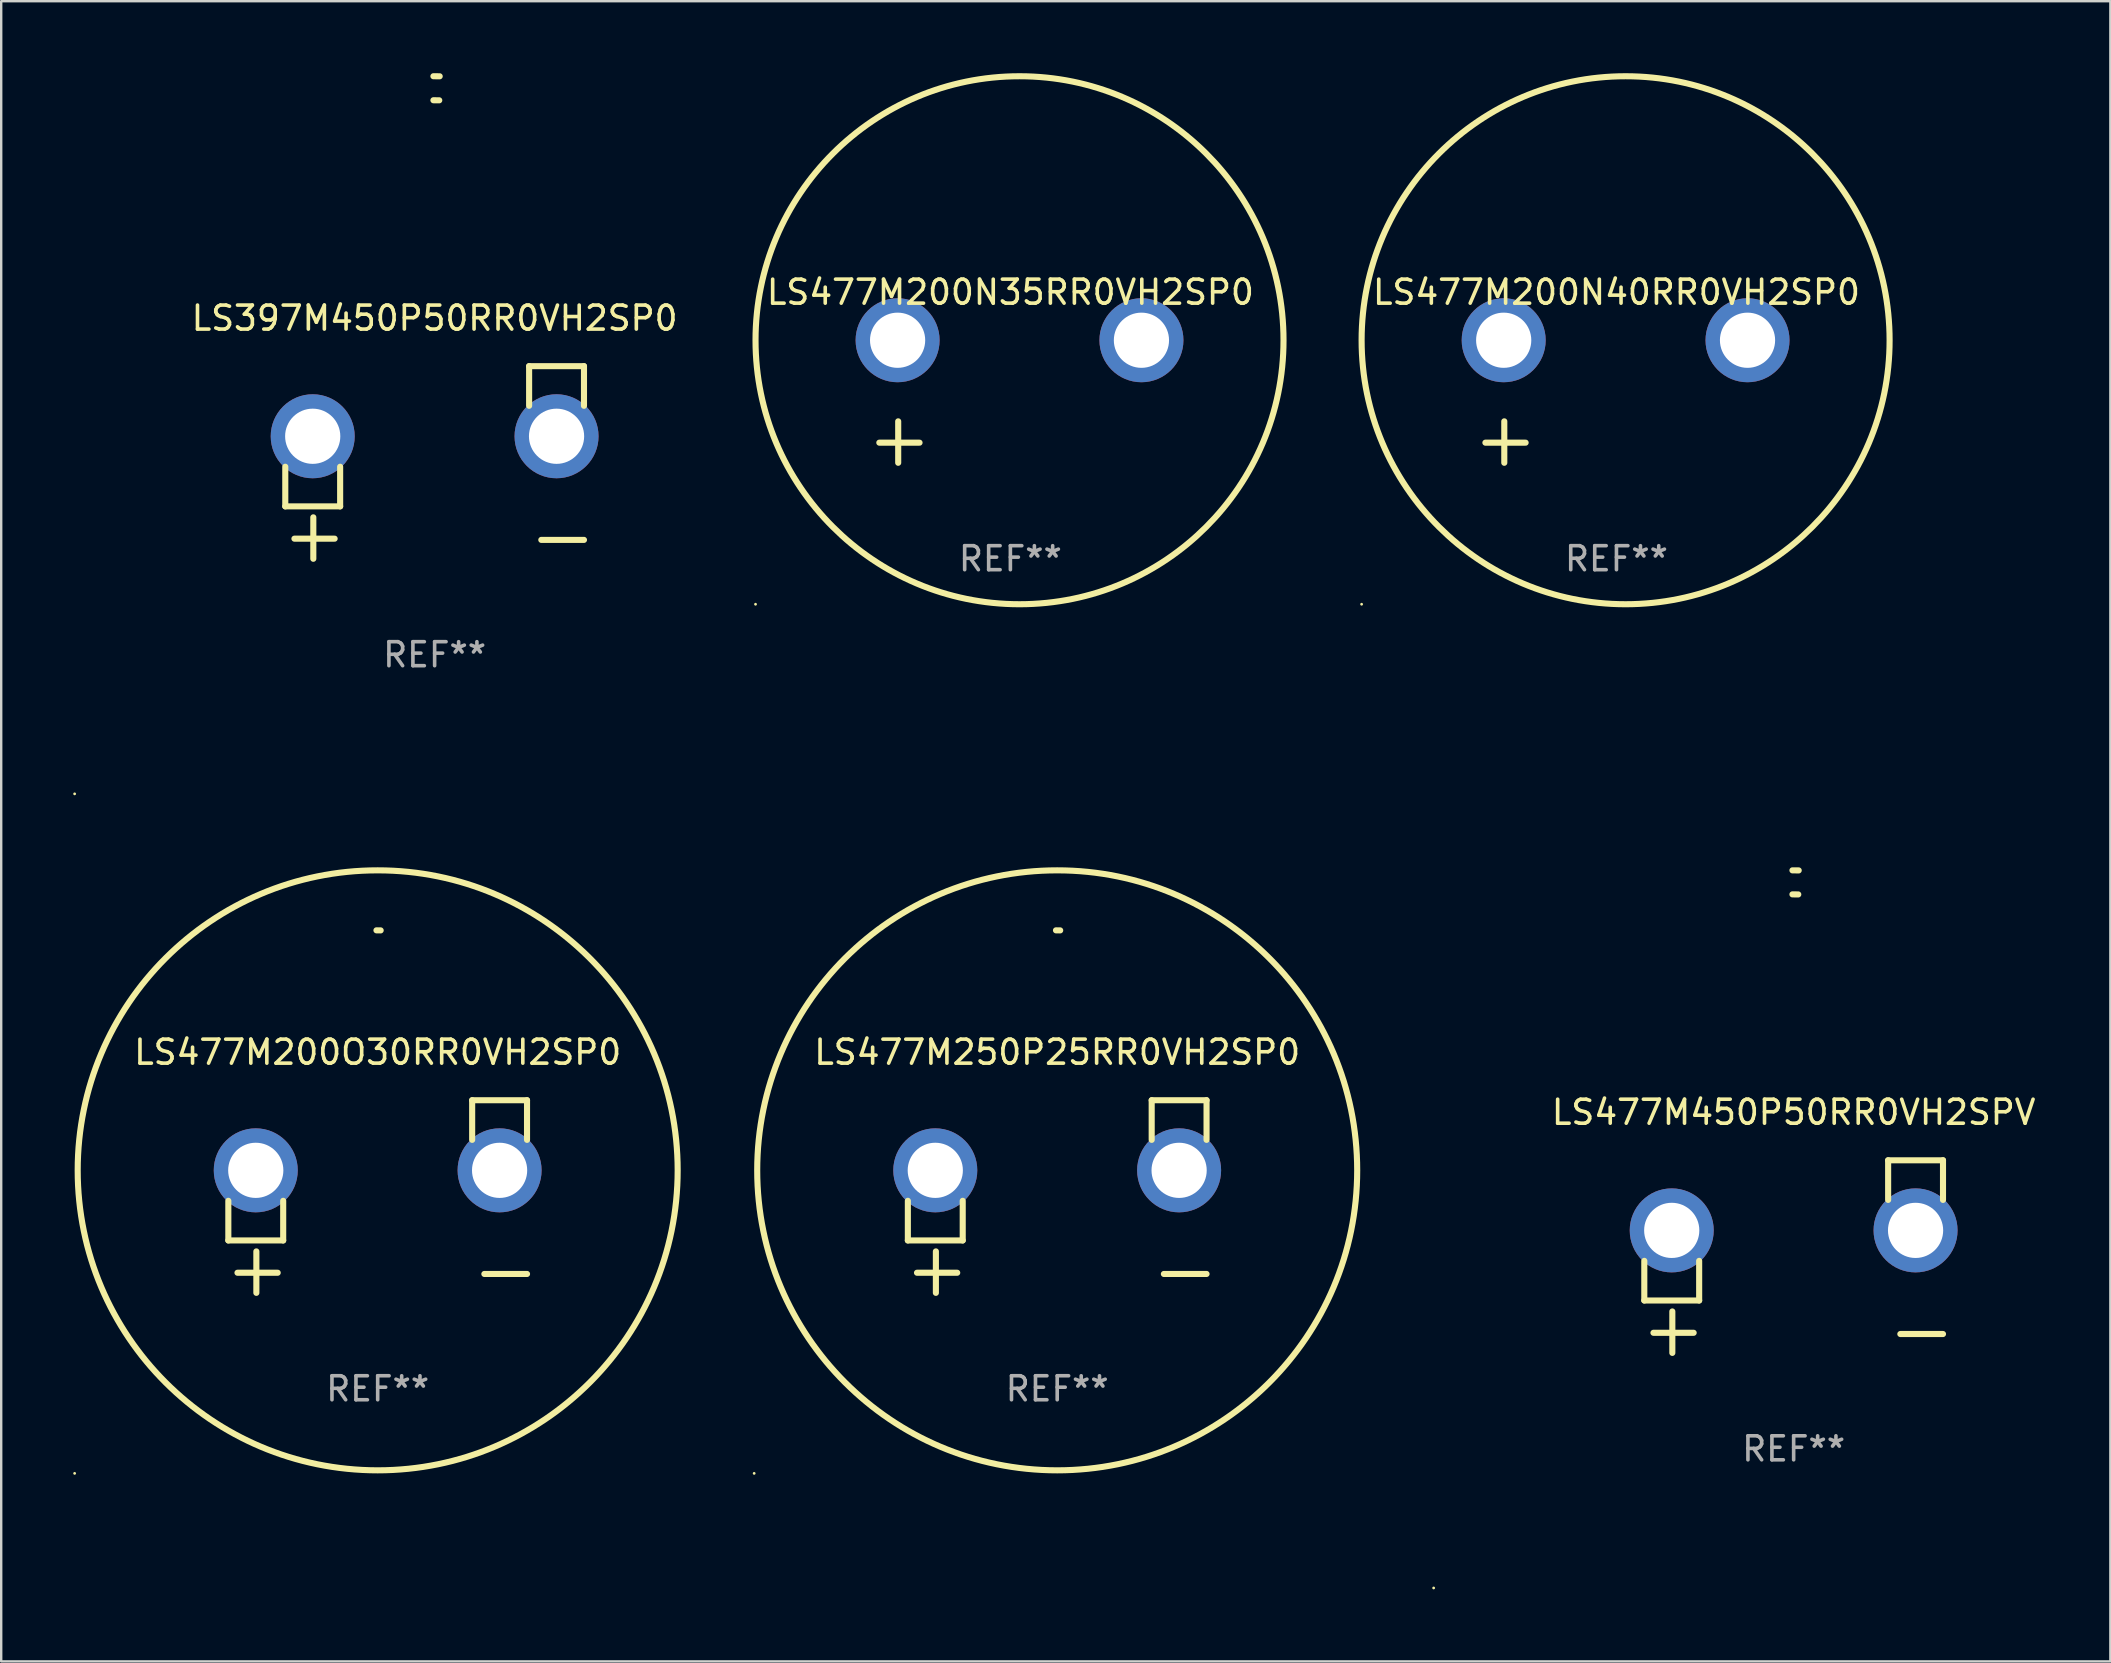
<source format=kicad_pcb>
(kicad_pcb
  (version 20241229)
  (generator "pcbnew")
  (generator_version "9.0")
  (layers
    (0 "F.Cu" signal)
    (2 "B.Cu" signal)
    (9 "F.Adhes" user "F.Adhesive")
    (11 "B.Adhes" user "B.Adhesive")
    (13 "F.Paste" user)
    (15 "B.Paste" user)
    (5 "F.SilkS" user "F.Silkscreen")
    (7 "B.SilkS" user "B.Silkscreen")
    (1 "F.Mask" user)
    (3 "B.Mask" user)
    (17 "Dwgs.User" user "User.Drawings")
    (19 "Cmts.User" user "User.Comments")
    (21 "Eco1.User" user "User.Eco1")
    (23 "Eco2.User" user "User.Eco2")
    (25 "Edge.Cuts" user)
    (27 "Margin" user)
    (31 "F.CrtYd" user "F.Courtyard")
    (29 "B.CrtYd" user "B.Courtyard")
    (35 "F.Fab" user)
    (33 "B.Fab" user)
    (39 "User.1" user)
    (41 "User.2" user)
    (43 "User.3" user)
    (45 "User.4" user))
  (footprint "LS477M200O30RR0VH2SP0"
    (layer "F.Cu")
    (at 12.687 46.807)
    (property "Reference" "LS477M200O30RR0VH2SP0" (at 0 -6.013 0) (layer "F.SilkS") (effects (font (size 1 1) (thickness 0.15))))
    (attr through_hole)
    (fp_line (start -6.223 0.178) (end -6.223 1.829) (stroke (width 0.254) (type solid)) (layer "F.SilkS"))
    (fp_line (start -6.223 1.829) (end -3.937 1.829) (stroke (width 0.254) (type solid)) (layer "F.SilkS"))
    (fp_line (start -5.055 4.013) (end -5.055 2.286) (stroke (width 0.254) (type solid)) (layer "F.SilkS"))
    (fp_line (start -4.166 3.175) (end -5.842 3.175) (stroke (width 0.254) (type solid)) (layer "F.SilkS"))
    (fp_line (start -3.937 1.829) (end -3.937 0.178) (stroke (width 0.254) (type solid)) (layer "F.SilkS"))
    (fp_line (start 3.937 -4.013) (end 3.937 -2.362) (stroke (width 0.254) (type solid)) (layer "F.SilkS"))
    (fp_line (start 6.223 -4.013) (end 3.937 -4.013) (stroke (width 0.254) (type solid)) (layer "F.SilkS"))
    (fp_line (start 6.223 -2.362) (end 6.223 -4.013) (stroke (width 0.254) (type solid)) (layer "F.SilkS"))
    (fp_line (start 6.223 3.226) (end 4.445 3.226) (stroke (width 0.254) (type solid)) (layer "F.SilkS"))
    (fp_arc (start -0.0508 -11.092202) (mid 0.036835 -11.091307) (end 0.12446 -11.089662) (stroke (width 0.254001) (type solid)) (layer "F.SilkS"))
    (fp_circle (center -12.627 11.535) (end -12.597 11.535) (stroke (width 0.06) (type solid)) (fill no) (layer "F.SilkS"))
    (fp_circle (center 0 -1.092) (end 12.5 -1.092) (stroke (width 0.254) (type solid)) (fill no) (layer "F.SilkS"))
    (fp_text user "REF**" (at 0 8.013 0) (layer "F.Fab") (effects (font (size 1 1) (thickness 0.15))))
    (pad "1" thru_hole circle (at -5.08 -1.092) (size 3.5 3.5) (drill 2.3) (layers "*.Cu" "*.Mask"))
    (pad "2" thru_hole circle (at 5.08 -1.092) (size 3.5 3.5) (drill 2.3) (layers "*.Cu" "*.Mask")))
  (footprint "LS477M200N40RR0VH2SP0"
    (layer "F.Cu")
    (at 64.304 13.68)
    (property "Reference" "LS477M200N40RR0VH2SP0" (at 0 -4.553 0) (layer "F.SilkS") (effects (font (size 1 1) (thickness 0.15))))
    (attr through_hole)
    (fp_line (start -4.674 2.553) (end -4.674 0.826) (stroke (width 0.254) (type solid)) (layer "F.SilkS"))
    (fp_line (start -3.785 1.715) (end -5.461 1.715) (stroke (width 0.254) (type solid)) (layer "F.SilkS"))
    (fp_circle (center -10.619 8.447) (end -10.589 8.447) (stroke (width 0.06) (type solid)) (fill no) (layer "F.SilkS"))
    (fp_circle (center 0.381 -2.553) (end 11.381 -2.553) (stroke (width 0.254) (type solid)) (fill no) (layer "F.SilkS"))
    (fp_text user "REF**" (at 0 6.553 0) (layer "F.Fab") (effects (font (size 1 1) (thickness 0.15))))
    (pad "1" thru_hole circle (at -4.699 -2.553) (size 3.5 3.5) (drill 2.3) (layers "*.Cu" "*.Mask"))
    (pad "2" thru_hole circle (at 5.461 -2.553) (size 3.5 3.5) (drill 2.3) (layers "*.Cu" "*.Mask")))
  (footprint "LS477M450P50RR0VH2SPV"
    (layer "F.Cu")
    (at 71.687 49.309)
    (property "Reference" "LS477M450P50RR0VH2SPV" (at 0 -6.013 0) (layer "F.SilkS") (effects (font (size 1 1) (thickness 0.15))))
    (attr through_hole)
    (fp_line (start -6.223 0.178) (end -6.223 1.829) (stroke (width 0.254) (type solid)) (layer "F.SilkS"))
    (fp_line (start -6.223 1.829) (end -3.937 1.829) (stroke (width 0.254) (type solid)) (layer "F.SilkS"))
    (fp_line (start -5.055 4.013) (end -5.055 2.286) (stroke (width 0.254) (type solid)) (layer "F.SilkS"))
    (fp_line (start -4.166 3.175) (end -5.842 3.175) (stroke (width 0.254) (type solid)) (layer "F.SilkS"))
    (fp_line (start -3.937 1.829) (end -3.937 0.178) (stroke (width 0.254) (type solid)) (layer "F.SilkS"))
    (fp_line (start 3.937 -4.013) (end 3.937 -2.362) (stroke (width 0.254) (type solid)) (layer "F.SilkS"))
    (fp_line (start 6.223 -4.013) (end 3.937 -4.013) (stroke (width 0.254) (type solid)) (layer "F.SilkS"))
    (fp_line (start 6.223 -2.362) (end 6.223 -4.013) (stroke (width 0.254) (type solid)) (layer "F.SilkS"))
    (fp_line (start 6.223 3.226) (end 4.445 3.226) (stroke (width 0.254) (type solid)) (layer "F.SilkS"))
    (fp_arc (start -0.0508 -16.093472) (mid 0.080016 -16.092762) (end 0.210821 -16.090932) (stroke (width 0.254001) (type solid)) (layer "F.SilkS"))
    (fp_arc (start -0.0508 -15.09271) (mid 0.071125 -15.091961) (end 0.19304 -15.09017) (stroke (width 0.254001) (type solid)) (layer "F.SilkS"))
    (fp_circle (center -15 13.808) (end -14.97 13.808) (stroke (width 0.06) (type solid)) (fill no) (layer "F.SilkS"))
    (fp_text user "REF**" (at 0 8.013 0) (layer "F.Fab") (effects (font (size 1 1) (thickness 0.15))))
    (pad "1" thru_hole circle (at -5.08 -1.092) (size 3.5 3.5) (drill 2.3) (layers "*.Cu" "*.Mask"))
    (pad "2" thru_hole circle (at 5.08 -1.092) (size 3.5 3.5) (drill 2.3) (layers "*.Cu" "*.Mask")))
  (footprint "LS477M200N35RR0VH2SP0"
    (layer "F.Cu")
    (at 39.05 13.68)
    (property "Reference" "LS477M200N35RR0VH2SP0" (at 0 -4.553 0) (layer "F.SilkS") (effects (font (size 1 1) (thickness 0.15))))
    (attr through_hole)
    (fp_line (start -4.674 2.553) (end -4.674 0.826) (stroke (width 0.254) (type solid)) (layer "F.SilkS"))
    (fp_line (start -3.785 1.715) (end -5.461 1.715) (stroke (width 0.254) (type solid)) (layer "F.SilkS"))
    (fp_circle (center -10.619 8.447) (end -10.589 8.447) (stroke (width 0.06) (type solid)) (fill no) (layer "F.SilkS"))
    (fp_circle (center 0.381 -2.553) (end 11.381 -2.553) (stroke (width 0.254) (type solid)) (fill no) (layer "F.SilkS"))
    (fp_text user "REF**" (at 0 6.553 0) (layer "F.Fab") (effects (font (size 1 1) (thickness 0.15))))
    (pad "1" thru_hole circle (at -4.699 -2.553) (size 3.5 3.5) (drill 2.3) (layers "*.Cu" "*.Mask"))
    (pad "2" thru_hole circle (at 5.461 -2.553) (size 3.5 3.5) (drill 2.3) (layers "*.Cu" "*.Mask")))
  (footprint "LS477M250P25RR0VH2SP0"
    (layer "F.Cu")
    (at 41.001 46.807)
    (property "Reference" "LS477M250P25RR0VH2SP0" (at 0 -6.013 0) (layer "F.SilkS") (effects (font (size 1 1) (thickness 0.15))))
    (attr through_hole)
    (fp_line (start -6.223 0.178) (end -6.223 1.829) (stroke (width 0.254) (type solid)) (layer "F.SilkS"))
    (fp_line (start -6.223 1.829) (end -3.937 1.829) (stroke (width 0.254) (type solid)) (layer "F.SilkS"))
    (fp_line (start -5.055 4.013) (end -5.055 2.286) (stroke (width 0.254) (type solid)) (layer "F.SilkS"))
    (fp_line (start -4.166 3.175) (end -5.842 3.175) (stroke (width 0.254) (type solid)) (layer "F.SilkS"))
    (fp_line (start -3.937 1.829) (end -3.937 0.178) (stroke (width 0.254) (type solid)) (layer "F.SilkS"))
    (fp_line (start 3.937 -4.013) (end 3.937 -2.362) (stroke (width 0.254) (type solid)) (layer "F.SilkS"))
    (fp_line (start 6.223 -4.013) (end 3.937 -4.013) (stroke (width 0.254) (type solid)) (layer "F.SilkS"))
    (fp_line (start 6.223 -2.362) (end 6.223 -4.013) (stroke (width 0.254) (type solid)) (layer "F.SilkS"))
    (fp_line (start 6.223 3.226) (end 4.445 3.226) (stroke (width 0.254) (type solid)) (layer "F.SilkS"))
    (fp_arc (start -0.0508 -11.092202) (mid 0.036835 -11.091307) (end 0.12446 -11.089662) (stroke (width 0.254001) (type solid)) (layer "F.SilkS"))
    (fp_circle (center -12.627 11.535) (end -12.597 11.535) (stroke (width 0.06) (type solid)) (fill no) (layer "F.SilkS"))
    (fp_circle (center 0 -1.092) (end 12.5 -1.092) (stroke (width 0.254) (type solid)) (fill no) (layer "F.SilkS"))
    (fp_text user "REF**" (at 0 8.013 0) (layer "F.Fab") (effects (font (size 1 1) (thickness 0.15))))
    (pad "1" thru_hole circle (at -5.08 -1.092) (size 3.5 3.5) (drill 2.3) (layers "*.Cu" "*.Mask"))
    (pad "2" thru_hole circle (at 5.08 -1.092) (size 3.5 3.5) (drill 2.3) (layers "*.Cu" "*.Mask")))
  (footprint "LS397M450P50RR0VH2SP0"
    (layer "F.Cu")
    (at 15.06 16.22)
    (property "Reference" "LS397M450P50RR0VH2SP0" (at 0 -6.013 0) (layer "F.SilkS") (effects (font (size 1 1) (thickness 0.15))))
    (attr through_hole)
    (fp_line (start -6.223 0.178) (end -6.223 1.829) (stroke (width 0.254) (type solid)) (layer "F.SilkS"))
    (fp_line (start -6.223 1.829) (end -3.937 1.829) (stroke (width 0.254) (type solid)) (layer "F.SilkS"))
    (fp_line (start -5.055 4.013) (end -5.055 2.286) (stroke (width 0.254) (type solid)) (layer "F.SilkS"))
    (fp_line (start -4.166 3.175) (end -5.842 3.175) (stroke (width 0.254) (type solid)) (layer "F.SilkS"))
    (fp_line (start -3.937 1.829) (end -3.937 0.178) (stroke (width 0.254) (type solid)) (layer "F.SilkS"))
    (fp_line (start 3.937 -4.013) (end 3.937 -2.362) (stroke (width 0.254) (type solid)) (layer "F.SilkS"))
    (fp_line (start 6.223 -4.013) (end 3.937 -4.013) (stroke (width 0.254) (type solid)) (layer "F.SilkS"))
    (fp_line (start 6.223 -2.362) (end 6.223 -4.013) (stroke (width 0.254) (type solid)) (layer "F.SilkS"))
    (fp_line (start 6.223 3.226) (end 4.445 3.226) (stroke (width 0.254) (type solid)) (layer "F.SilkS"))
    (fp_arc (start -0.0508 -16.093472) (mid 0.080016 -16.092762) (end 0.210821 -16.090932) (stroke (width 0.254001) (type solid)) (layer "F.SilkS"))
    (fp_arc (start -0.0508 -15.09271) (mid 0.071125 -15.091961) (end 0.19304 -15.09017) (stroke (width 0.254001) (type solid)) (layer "F.SilkS"))
    (fp_circle (center -15 13.808) (end -14.97 13.808) (stroke (width 0.06) (type solid)) (fill no) (layer "F.SilkS"))
    (fp_text user "REF**" (at 0 8.013 0) (layer "F.Fab") (effects (font (size 1 1) (thickness 0.15))))
    (pad "1" thru_hole circle (at -5.08 -1.092) (size 3.5 3.5) (drill 2.3) (layers "*.Cu" "*.Mask"))
    (pad "2" thru_hole circle (at 5.08 -1.092) (size 3.5 3.5) (drill 2.3) (layers "*.Cu" "*.Mask")))
  (gr_rect
    (start -3 -3)
    (end 84.884 66.177)
    (stroke (width 0.1) (type default))
    (fill no)
    (layer "Edge.Cuts")))
</source>
